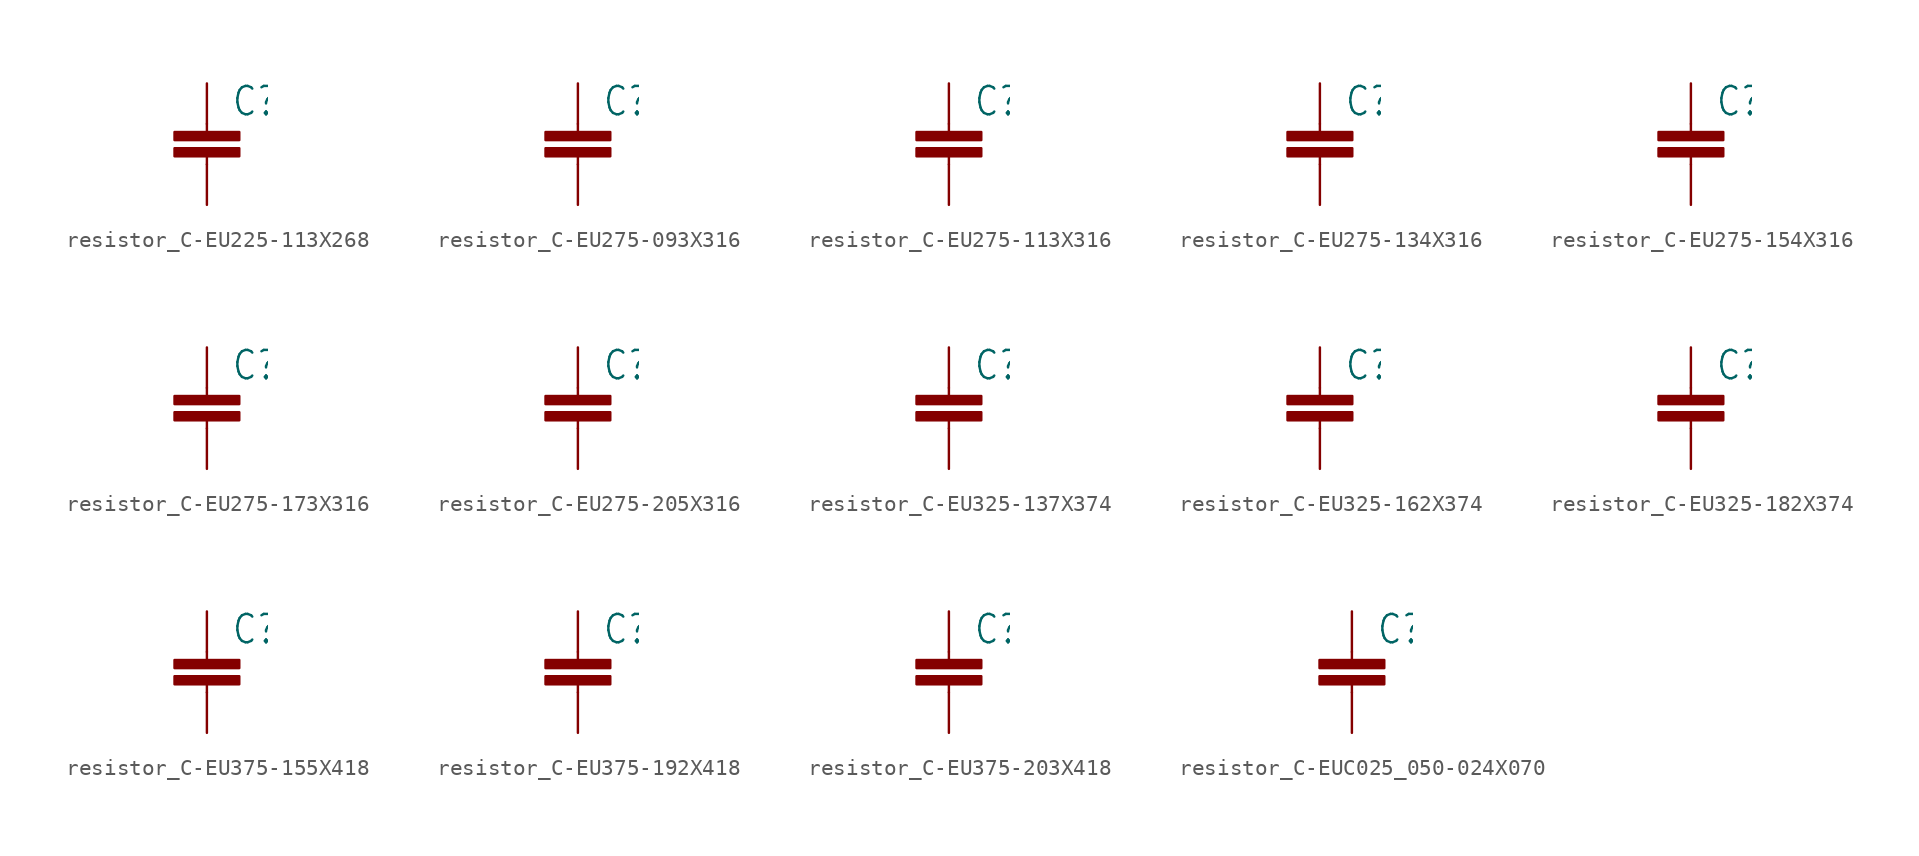
<source format=kicad_sym>
(kicad_symbol_lib
  (version 20231120)
  (generator "kicad_symbol_editor")
  (generator_version "8.0")
  (symbol "resistor_C-EU225-113X268"
    (property "Reference" "C"
      (at 1.524 0.381 0)
      (effects (font (size 1.778 1.511)) (justify left bottom)))
    (property "Value" ""
      (at 1.524 -4.699 0)
      (effects (font (size 1.778 1.511)) (justify left bottom)))
    (property "ki_locked" ""
      (at 0 0 0)
      (effects (font (size 1.27 1.27))))
    (symbol "resistor_C-EU225-113X268_1_0"
      (rectangle (start -2.032 -2.032) (end 2.032 -1.524) (stroke (width 0) (type default)) (fill (type outline)))
      (rectangle (start -2.032 -1.016) (end 2.032 -0.508) (stroke (width 0) (type default)) (fill (type outline)))
      (polyline (pts (xy 0 -2.54) (xy 0 -2.032)) (stroke (width 0.152) (type solid)) (fill (type none)))
      (polyline (pts (xy 0 0) (xy 0 -0.508)) (stroke (width 0.152) (type solid)) (fill (type none)))
      (pin passive line (at 0 2.54 270) (length 2.54) (name "1" (effects (font (size 0 0)))) (number "1" (effects (font (size 0 0)))))
      (pin passive line (at 0 -5.08 90) (length 2.54) (name "2" (effects (font (size 0 0)))) (number "2" (effects (font (size 0 0)))))))
  (symbol "resistor_C-EU275-093X316"
    (property "Reference" "C"
      (at 1.524 0.381 0)
      (effects (font (size 1.778 1.511)) (justify left bottom)))
    (property "Value" ""
      (at 1.524 -4.699 0)
      (effects (font (size 1.778 1.511)) (justify left bottom)))
    (property "ki_locked" ""
      (at 0 0 0)
      (effects (font (size 1.27 1.27))))
    (symbol "resistor_C-EU275-093X316_1_0"
      (rectangle (start -2.032 -2.032) (end 2.032 -1.524) (stroke (width 0) (type default)) (fill (type outline)))
      (rectangle (start -2.032 -1.016) (end 2.032 -0.508) (stroke (width 0) (type default)) (fill (type outline)))
      (polyline (pts (xy 0 -2.54) (xy 0 -2.032)) (stroke (width 0.152) (type solid)) (fill (type none)))
      (polyline (pts (xy 0 0) (xy 0 -0.508)) (stroke (width 0.152) (type solid)) (fill (type none)))
      (pin passive line (at 0 2.54 270) (length 2.54) (name "1" (effects (font (size 0 0)))) (number "1" (effects (font (size 0 0)))))
      (pin passive line (at 0 -5.08 90) (length 2.54) (name "2" (effects (font (size 0 0)))) (number "2" (effects (font (size 0 0)))))))
  (symbol "resistor_C-EU275-113X316"
    (property "Reference" "C"
      (at 1.524 0.381 0)
      (effects (font (size 1.778 1.511)) (justify left bottom)))
    (property "Value" ""
      (at 1.524 -4.699 0)
      (effects (font (size 1.778 1.511)) (justify left bottom)))
    (property "ki_locked" ""
      (at 0 0 0)
      (effects (font (size 1.27 1.27))))
    (symbol "resistor_C-EU275-113X316_1_0"
      (rectangle (start -2.032 -2.032) (end 2.032 -1.524) (stroke (width 0) (type default)) (fill (type outline)))
      (rectangle (start -2.032 -1.016) (end 2.032 -0.508) (stroke (width 0) (type default)) (fill (type outline)))
      (polyline (pts (xy 0 -2.54) (xy 0 -2.032)) (stroke (width 0.152) (type solid)) (fill (type none)))
      (polyline (pts (xy 0 0) (xy 0 -0.508)) (stroke (width 0.152) (type solid)) (fill (type none)))
      (pin passive line (at 0 2.54 270) (length 2.54) (name "1" (effects (font (size 0 0)))) (number "1" (effects (font (size 0 0)))))
      (pin passive line (at 0 -5.08 90) (length 2.54) (name "2" (effects (font (size 0 0)))) (number "2" (effects (font (size 0 0)))))))
  (symbol "resistor_C-EU275-134X316"
    (property "Reference" "C"
      (at 1.524 0.381 0)
      (effects (font (size 1.778 1.511)) (justify left bottom)))
    (property "Value" ""
      (at 1.524 -4.699 0)
      (effects (font (size 1.778 1.511)) (justify left bottom)))
    (property "ki_locked" ""
      (at 0 0 0)
      (effects (font (size 1.27 1.27))))
    (symbol "resistor_C-EU275-134X316_1_0"
      (rectangle (start -2.032 -2.032) (end 2.032 -1.524) (stroke (width 0) (type default)) (fill (type outline)))
      (rectangle (start -2.032 -1.016) (end 2.032 -0.508) (stroke (width 0) (type default)) (fill (type outline)))
      (polyline (pts (xy 0 -2.54) (xy 0 -2.032)) (stroke (width 0.152) (type solid)) (fill (type none)))
      (polyline (pts (xy 0 0) (xy 0 -0.508)) (stroke (width 0.152) (type solid)) (fill (type none)))
      (pin passive line (at 0 2.54 270) (length 2.54) (name "1" (effects (font (size 0 0)))) (number "1" (effects (font (size 0 0)))))
      (pin passive line (at 0 -5.08 90) (length 2.54) (name "2" (effects (font (size 0 0)))) (number "2" (effects (font (size 0 0)))))))
  (symbol "resistor_C-EU275-154X316"
    (property "Reference" "C"
      (at 1.524 0.381 0)
      (effects (font (size 1.778 1.511)) (justify left bottom)))
    (property "Value" ""
      (at 1.524 -4.699 0)
      (effects (font (size 1.778 1.511)) (justify left bottom)))
    (property "ki_locked" ""
      (at 0 0 0)
      (effects (font (size 1.27 1.27))))
    (symbol "resistor_C-EU275-154X316_1_0"
      (rectangle (start -2.032 -2.032) (end 2.032 -1.524) (stroke (width 0) (type default)) (fill (type outline)))
      (rectangle (start -2.032 -1.016) (end 2.032 -0.508) (stroke (width 0) (type default)) (fill (type outline)))
      (polyline (pts (xy 0 -2.54) (xy 0 -2.032)) (stroke (width 0.152) (type solid)) (fill (type none)))
      (polyline (pts (xy 0 0) (xy 0 -0.508)) (stroke (width 0.152) (type solid)) (fill (type none)))
      (pin passive line (at 0 2.54 270) (length 2.54) (name "1" (effects (font (size 0 0)))) (number "1" (effects (font (size 0 0)))))
      (pin passive line (at 0 -5.08 90) (length 2.54) (name "2" (effects (font (size 0 0)))) (number "2" (effects (font (size 0 0)))))))
  (symbol "resistor_C-EU275-173X316"
    (property "Reference" "C"
      (at 1.524 0.381 0)
      (effects (font (size 1.778 1.511)) (justify left bottom)))
    (property "Value" ""
      (at 1.524 -4.699 0)
      (effects (font (size 1.778 1.511)) (justify left bottom)))
    (property "ki_locked" ""
      (at 0 0 0)
      (effects (font (size 1.27 1.27))))
    (symbol "resistor_C-EU275-173X316_1_0"
      (rectangle (start -2.032 -2.032) (end 2.032 -1.524) (stroke (width 0) (type default)) (fill (type outline)))
      (rectangle (start -2.032 -1.016) (end 2.032 -0.508) (stroke (width 0) (type default)) (fill (type outline)))
      (polyline (pts (xy 0 -2.54) (xy 0 -2.032)) (stroke (width 0.152) (type solid)) (fill (type none)))
      (polyline (pts (xy 0 0) (xy 0 -0.508)) (stroke (width 0.152) (type solid)) (fill (type none)))
      (pin passive line (at 0 2.54 270) (length 2.54) (name "1" (effects (font (size 0 0)))) (number "1" (effects (font (size 0 0)))))
      (pin passive line (at 0 -5.08 90) (length 2.54) (name "2" (effects (font (size 0 0)))) (number "2" (effects (font (size 0 0)))))))
  (symbol "resistor_C-EU275-205X316"
    (property "Reference" "C"
      (at 1.524 0.381 0)
      (effects (font (size 1.778 1.511)) (justify left bottom)))
    (property "Value" ""
      (at 1.524 -4.699 0)
      (effects (font (size 1.778 1.511)) (justify left bottom)))
    (property "ki_locked" ""
      (at 0 0 0)
      (effects (font (size 1.27 1.27))))
    (symbol "resistor_C-EU275-205X316_1_0"
      (rectangle (start -2.032 -2.032) (end 2.032 -1.524) (stroke (width 0) (type default)) (fill (type outline)))
      (rectangle (start -2.032 -1.016) (end 2.032 -0.508) (stroke (width 0) (type default)) (fill (type outline)))
      (polyline (pts (xy 0 -2.54) (xy 0 -2.032)) (stroke (width 0.152) (type solid)) (fill (type none)))
      (polyline (pts (xy 0 0) (xy 0 -0.508)) (stroke (width 0.152) (type solid)) (fill (type none)))
      (pin passive line (at 0 2.54 270) (length 2.54) (name "1" (effects (font (size 0 0)))) (number "1" (effects (font (size 0 0)))))
      (pin passive line (at 0 -5.08 90) (length 2.54) (name "2" (effects (font (size 0 0)))) (number "2" (effects (font (size 0 0)))))))
  (symbol "resistor_C-EU325-137X374"
    (property "Reference" "C"
      (at 1.524 0.381 0)
      (effects (font (size 1.778 1.511)) (justify left bottom)))
    (property "Value" ""
      (at 1.524 -4.699 0)
      (effects (font (size 1.778 1.511)) (justify left bottom)))
    (property "ki_locked" ""
      (at 0 0 0)
      (effects (font (size 1.27 1.27))))
    (symbol "resistor_C-EU325-137X374_1_0"
      (rectangle (start -2.032 -2.032) (end 2.032 -1.524) (stroke (width 0) (type default)) (fill (type outline)))
      (rectangle (start -2.032 -1.016) (end 2.032 -0.508) (stroke (width 0) (type default)) (fill (type outline)))
      (polyline (pts (xy 0 -2.54) (xy 0 -2.032)) (stroke (width 0.152) (type solid)) (fill (type none)))
      (polyline (pts (xy 0 0) (xy 0 -0.508)) (stroke (width 0.152) (type solid)) (fill (type none)))
      (pin passive line (at 0 2.54 270) (length 2.54) (name "1" (effects (font (size 0 0)))) (number "1" (effects (font (size 0 0)))))
      (pin passive line (at 0 -5.08 90) (length 2.54) (name "2" (effects (font (size 0 0)))) (number "2" (effects (font (size 0 0)))))))
  (symbol "resistor_C-EU325-162X374"
    (property "Reference" "C"
      (at 1.524 0.381 0)
      (effects (font (size 1.778 1.511)) (justify left bottom)))
    (property "Value" ""
      (at 1.524 -4.699 0)
      (effects (font (size 1.778 1.511)) (justify left bottom)))
    (property "ki_locked" ""
      (at 0 0 0)
      (effects (font (size 1.27 1.27))))
    (symbol "resistor_C-EU325-162X374_1_0"
      (rectangle (start -2.032 -2.032) (end 2.032 -1.524) (stroke (width 0) (type default)) (fill (type outline)))
      (rectangle (start -2.032 -1.016) (end 2.032 -0.508) (stroke (width 0) (type default)) (fill (type outline)))
      (polyline (pts (xy 0 -2.54) (xy 0 -2.032)) (stroke (width 0.152) (type solid)) (fill (type none)))
      (polyline (pts (xy 0 0) (xy 0 -0.508)) (stroke (width 0.152) (type solid)) (fill (type none)))
      (pin passive line (at 0 2.54 270) (length 2.54) (name "1" (effects (font (size 0 0)))) (number "1" (effects (font (size 0 0)))))
      (pin passive line (at 0 -5.08 90) (length 2.54) (name "2" (effects (font (size 0 0)))) (number "2" (effects (font (size 0 0)))))))
  (symbol "resistor_C-EU325-182X374"
    (property "Reference" "C"
      (at 1.524 0.381 0)
      (effects (font (size 1.778 1.511)) (justify left bottom)))
    (property "Value" ""
      (at 1.524 -4.699 0)
      (effects (font (size 1.778 1.511)) (justify left bottom)))
    (property "ki_locked" ""
      (at 0 0 0)
      (effects (font (size 1.27 1.27))))
    (symbol "resistor_C-EU325-182X374_1_0"
      (rectangle (start -2.032 -2.032) (end 2.032 -1.524) (stroke (width 0) (type default)) (fill (type outline)))
      (rectangle (start -2.032 -1.016) (end 2.032 -0.508) (stroke (width 0) (type default)) (fill (type outline)))
      (polyline (pts (xy 0 -2.54) (xy 0 -2.032)) (stroke (width 0.152) (type solid)) (fill (type none)))
      (polyline (pts (xy 0 0) (xy 0 -0.508)) (stroke (width 0.152) (type solid)) (fill (type none)))
      (pin passive line (at 0 2.54 270) (length 2.54) (name "1" (effects (font (size 0 0)))) (number "1" (effects (font (size 0 0)))))
      (pin passive line (at 0 -5.08 90) (length 2.54) (name "2" (effects (font (size 0 0)))) (number "2" (effects (font (size 0 0)))))))
  (symbol "resistor_C-EU375-155X418"
    (property "Reference" "C"
      (at 1.524 0.381 0)
      (effects (font (size 1.778 1.511)) (justify left bottom)))
    (property "Value" ""
      (at 1.524 -4.699 0)
      (effects (font (size 1.778 1.511)) (justify left bottom)))
    (property "ki_locked" ""
      (at 0 0 0)
      (effects (font (size 1.27 1.27))))
    (symbol "resistor_C-EU375-155X418_1_0"
      (rectangle (start -2.032 -2.032) (end 2.032 -1.524) (stroke (width 0) (type default)) (fill (type outline)))
      (rectangle (start -2.032 -1.016) (end 2.032 -0.508) (stroke (width 0) (type default)) (fill (type outline)))
      (polyline (pts (xy 0 -2.54) (xy 0 -2.032)) (stroke (width 0.152) (type solid)) (fill (type none)))
      (polyline (pts (xy 0 0) (xy 0 -0.508)) (stroke (width 0.152) (type solid)) (fill (type none)))
      (pin passive line (at 0 2.54 270) (length 2.54) (name "1" (effects (font (size 0 0)))) (number "1" (effects (font (size 0 0)))))
      (pin passive line (at 0 -5.08 90) (length 2.54) (name "2" (effects (font (size 0 0)))) (number "2" (effects (font (size 0 0)))))))
  (symbol "resistor_C-EU375-192X418"
    (property "Reference" "C"
      (at 1.524 0.381 0)
      (effects (font (size 1.778 1.511)) (justify left bottom)))
    (property "Value" ""
      (at 1.524 -4.699 0)
      (effects (font (size 1.778 1.511)) (justify left bottom)))
    (property "ki_locked" ""
      (at 0 0 0)
      (effects (font (size 1.27 1.27))))
    (symbol "resistor_C-EU375-192X418_1_0"
      (rectangle (start -2.032 -2.032) (end 2.032 -1.524) (stroke (width 0) (type default)) (fill (type outline)))
      (rectangle (start -2.032 -1.016) (end 2.032 -0.508) (stroke (width 0) (type default)) (fill (type outline)))
      (polyline (pts (xy 0 -2.54) (xy 0 -2.032)) (stroke (width 0.152) (type solid)) (fill (type none)))
      (polyline (pts (xy 0 0) (xy 0 -0.508)) (stroke (width 0.152) (type solid)) (fill (type none)))
      (pin passive line (at 0 2.54 270) (length 2.54) (name "1" (effects (font (size 0 0)))) (number "1" (effects (font (size 0 0)))))
      (pin passive line (at 0 -5.08 90) (length 2.54) (name "2" (effects (font (size 0 0)))) (number "2" (effects (font (size 0 0)))))))
  (symbol "resistor_C-EU375-203X418"
    (property "Reference" "C"
      (at 1.524 0.381 0)
      (effects (font (size 1.778 1.511)) (justify left bottom)))
    (property "Value" ""
      (at 1.524 -4.699 0)
      (effects (font (size 1.778 1.511)) (justify left bottom)))
    (property "ki_locked" ""
      (at 0 0 0)
      (effects (font (size 1.27 1.27))))
    (symbol "resistor_C-EU375-203X418_1_0"
      (rectangle (start -2.032 -2.032) (end 2.032 -1.524) (stroke (width 0) (type default)) (fill (type outline)))
      (rectangle (start -2.032 -1.016) (end 2.032 -0.508) (stroke (width 0) (type default)) (fill (type outline)))
      (polyline (pts (xy 0 -2.54) (xy 0 -2.032)) (stroke (width 0.152) (type solid)) (fill (type none)))
      (polyline (pts (xy 0 0) (xy 0 -0.508)) (stroke (width 0.152) (type solid)) (fill (type none)))
      (pin passive line (at 0 2.54 270) (length 2.54) (name "1" (effects (font (size 0 0)))) (number "1" (effects (font (size 0 0)))))
      (pin passive line (at 0 -5.08 90) (length 2.54) (name "2" (effects (font (size 0 0)))) (number "2" (effects (font (size 0 0)))))))
  (symbol "resistor_C-EUC025_050-024X070"
    (property "Reference" "C"
      (at 1.524 0.381 0)
      (effects (font (size 1.778 1.511)) (justify left bottom)))
    (property "Value" ""
      (at 1.524 -4.699 0)
      (effects (font (size 1.778 1.511)) (justify left bottom)))
    (property "ki_locked" ""
      (at 0 0 0)
      (effects (font (size 1.27 1.27))))
    (symbol "resistor_C-EUC025_050-024X070_1_0"
      (rectangle (start -2.032 -2.032) (end 2.032 -1.524) (stroke (width 0) (type default)) (fill (type outline)))
      (rectangle (start -2.032 -1.016) (end 2.032 -0.508) (stroke (width 0) (type default)) (fill (type outline)))
      (polyline (pts (xy 0 -2.54) (xy 0 -2.032)) (stroke (width 0.152) (type solid)) (fill (type none)))
      (polyline (pts (xy 0 0) (xy 0 -0.508)) (stroke (width 0.152) (type solid)) (fill (type none)))
      (pin passive line (at 0 2.54 270) (length 2.54) (name "1" (effects (font (size 0 0)))) (number "1" (effects (font (size 0 0)))))
      (pin passive line (at 0 -5.08 90) (length 2.54) (name "2" (effects (font (size 0 0)))) (number "2" (effects (font (size 0 0))))))))
</source>
